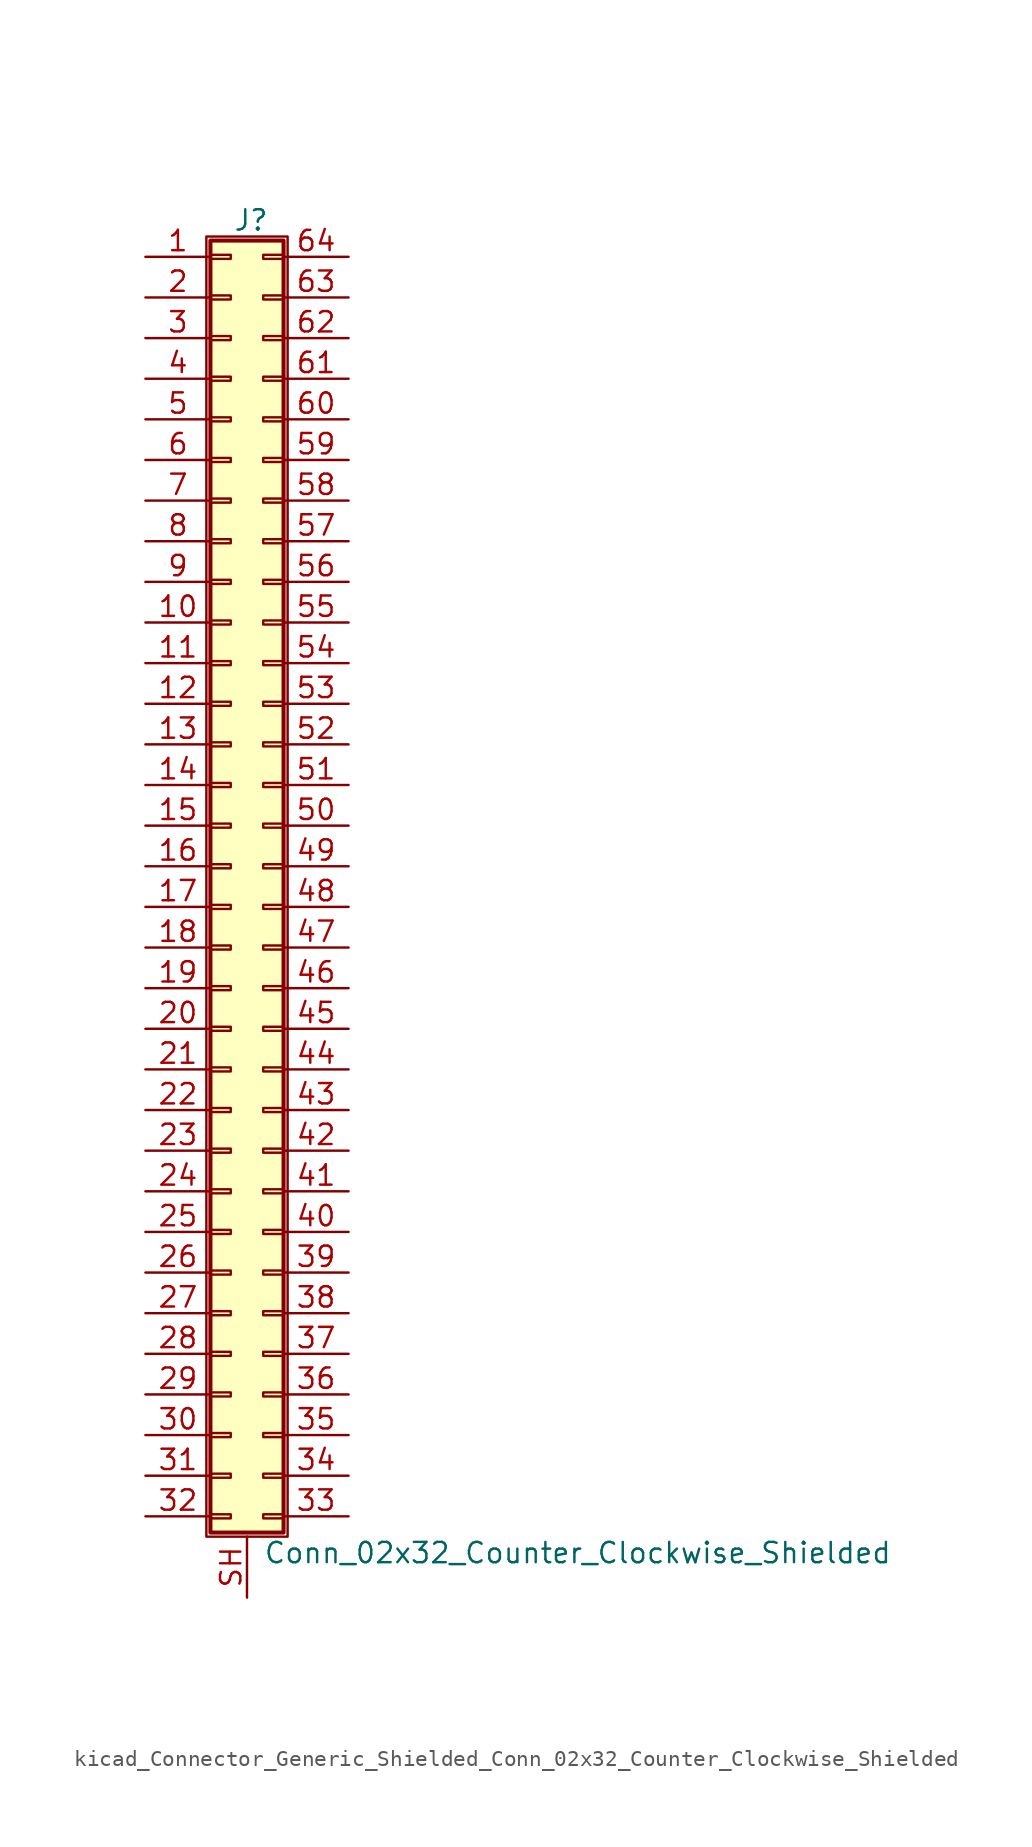
<source format=kicad_sym>
(kicad_symbol_lib
  (version 20220914)
  (generator kicad_symbol_editor)
  (symbol "kicad_Connector_Generic_Shielded_Conn_02x32_Counter_Clockwise_Shielded"
    (pin_names
      (offset 1.016) hide)
    (property "Reference" "J"
      (at 1.524 40.386 0)
      (effects (font (size 1.27 1.27))))
    (property "Value" "Conn_02x32_Counter_Clockwise_Shielded"
      (at 2.286 -42.926 0)
      (effects (font (size 1.27 1.27)) (justify left)))
    (symbol "kicad_Connector_Generic_Shielded_Conn_02x32_Counter_Clockwise_Shielded_1_1"
      (rectangle (start -1.27 39.37) (end 3.81 -41.91) (stroke (width 0.152) (type default)) (fill (type none)))
      (rectangle (start -1.016 -40.513) (end 0.254 -40.767) (stroke (width 0.152) (type default)) (fill (type none)))
      (rectangle (start -1.016 -37.973) (end 0.254 -38.227) (stroke (width 0.152) (type default)) (fill (type none)))
      (rectangle (start -1.016 -35.433) (end 0.254 -35.687) (stroke (width 0.152) (type default)) (fill (type none)))
      (rectangle (start -1.016 -32.893) (end 0.254 -33.147) (stroke (width 0.152) (type default)) (fill (type none)))
      (rectangle (start -1.016 -30.353) (end 0.254 -30.607) (stroke (width 0.152) (type default)) (fill (type none)))
      (rectangle (start -1.016 -27.813) (end 0.254 -28.067) (stroke (width 0.152) (type default)) (fill (type none)))
      (rectangle (start -1.016 -25.273) (end 0.254 -25.527) (stroke (width 0.152) (type default)) (fill (type none)))
      (rectangle (start -1.016 -22.733) (end 0.254 -22.987) (stroke (width 0.152) (type default)) (fill (type none)))
      (rectangle (start -1.016 -20.193) (end 0.254 -20.447) (stroke (width 0.152) (type default)) (fill (type none)))
      (rectangle (start -1.016 -17.653) (end 0.254 -17.907) (stroke (width 0.152) (type default)) (fill (type none)))
      (rectangle (start -1.016 -15.113) (end 0.254 -15.367) (stroke (width 0.152) (type default)) (fill (type none)))
      (rectangle (start -1.016 -12.573) (end 0.254 -12.827) (stroke (width 0.152) (type default)) (fill (type none)))
      (rectangle (start -1.016 -10.033) (end 0.254 -10.287) (stroke (width 0.152) (type default)) (fill (type none)))
      (rectangle (start -1.016 -7.493) (end 0.254 -7.747) (stroke (width 0.152) (type default)) (fill (type none)))
      (rectangle (start -1.016 -4.953) (end 0.254 -5.207) (stroke (width 0.152) (type default)) (fill (type none)))
      (rectangle (start -1.016 -2.413) (end 0.254 -2.667) (stroke (width 0.152) (type default)) (fill (type none)))
      (rectangle (start -1.016 0.127) (end 0.254 -0.127) (stroke (width 0.152) (type default)) (fill (type none)))
      (rectangle (start -1.016 2.667) (end 0.254 2.413) (stroke (width 0.152) (type default)) (fill (type none)))
      (rectangle (start -1.016 5.207) (end 0.254 4.953) (stroke (width 0.152) (type default)) (fill (type none)))
      (rectangle (start -1.016 7.747) (end 0.254 7.493) (stroke (width 0.152) (type default)) (fill (type none)))
      (rectangle (start -1.016 10.287) (end 0.254 10.033) (stroke (width 0.152) (type default)) (fill (type none)))
      (rectangle (start -1.016 12.827) (end 0.254 12.573) (stroke (width 0.152) (type default)) (fill (type none)))
      (rectangle (start -1.016 15.367) (end 0.254 15.113) (stroke (width 0.152) (type default)) (fill (type none)))
      (rectangle (start -1.016 17.907) (end 0.254 17.653) (stroke (width 0.152) (type default)) (fill (type none)))
      (rectangle (start -1.016 20.447) (end 0.254 20.193) (stroke (width 0.152) (type default)) (fill (type none)))
      (rectangle (start -1.016 22.987) (end 0.254 22.733) (stroke (width 0.152) (type default)) (fill (type none)))
      (rectangle (start -1.016 25.527) (end 0.254 25.273) (stroke (width 0.152) (type default)) (fill (type none)))
      (rectangle (start -1.016 28.067) (end 0.254 27.813) (stroke (width 0.152) (type default)) (fill (type none)))
      (rectangle (start -1.016 30.607) (end 0.254 30.353) (stroke (width 0.152) (type default)) (fill (type none)))
      (rectangle (start -1.016 33.147) (end 0.254 32.893) (stroke (width 0.152) (type default)) (fill (type none)))
      (rectangle (start -1.016 35.687) (end 0.254 35.433) (stroke (width 0.152) (type default)) (fill (type none)))
      (rectangle (start -1.016 38.227) (end 0.254 37.973) (stroke (width 0.152) (type default)) (fill (type none)))
      (rectangle (start -1.016 39.116) (end 3.556 -41.656) (stroke (width 0.254) (type default)) (fill (type background)))
      (rectangle (start 3.556 -40.513) (end 2.286 -40.767) (stroke (width 0.152) (type default)) (fill (type none)))
      (rectangle (start 3.556 -37.973) (end 2.286 -38.227) (stroke (width 0.152) (type default)) (fill (type none)))
      (rectangle (start 3.556 -35.433) (end 2.286 -35.687) (stroke (width 0.152) (type default)) (fill (type none)))
      (rectangle (start 3.556 -32.893) (end 2.286 -33.147) (stroke (width 0.152) (type default)) (fill (type none)))
      (rectangle (start 3.556 -30.353) (end 2.286 -30.607) (stroke (width 0.152) (type default)) (fill (type none)))
      (rectangle (start 3.556 -27.813) (end 2.286 -28.067) (stroke (width 0.152) (type default)) (fill (type none)))
      (rectangle (start 3.556 -25.273) (end 2.286 -25.527) (stroke (width 0.152) (type default)) (fill (type none)))
      (rectangle (start 3.556 -22.733) (end 2.286 -22.987) (stroke (width 0.152) (type default)) (fill (type none)))
      (rectangle (start 3.556 -20.193) (end 2.286 -20.447) (stroke (width 0.152) (type default)) (fill (type none)))
      (rectangle (start 3.556 -17.653) (end 2.286 -17.907) (stroke (width 0.152) (type default)) (fill (type none)))
      (rectangle (start 3.556 -15.113) (end 2.286 -15.367) (stroke (width 0.152) (type default)) (fill (type none)))
      (rectangle (start 3.556 -12.573) (end 2.286 -12.827) (stroke (width 0.152) (type default)) (fill (type none)))
      (rectangle (start 3.556 -10.033) (end 2.286 -10.287) (stroke (width 0.152) (type default)) (fill (type none)))
      (rectangle (start 3.556 -7.493) (end 2.286 -7.747) (stroke (width 0.152) (type default)) (fill (type none)))
      (rectangle (start 3.556 -4.953) (end 2.286 -5.207) (stroke (width 0.152) (type default)) (fill (type none)))
      (rectangle (start 3.556 -2.413) (end 2.286 -2.667) (stroke (width 0.152) (type default)) (fill (type none)))
      (rectangle (start 3.556 0.127) (end 2.286 -0.127) (stroke (width 0.152) (type default)) (fill (type none)))
      (rectangle (start 3.556 2.667) (end 2.286 2.413) (stroke (width 0.152) (type default)) (fill (type none)))
      (rectangle (start 3.556 5.207) (end 2.286 4.953) (stroke (width 0.152) (type default)) (fill (type none)))
      (rectangle (start 3.556 7.747) (end 2.286 7.493) (stroke (width 0.152) (type default)) (fill (type none)))
      (rectangle (start 3.556 10.287) (end 2.286 10.033) (stroke (width 0.152) (type default)) (fill (type none)))
      (rectangle (start 3.556 12.827) (end 2.286 12.573) (stroke (width 0.152) (type default)) (fill (type none)))
      (rectangle (start 3.556 15.367) (end 2.286 15.113) (stroke (width 0.152) (type default)) (fill (type none)))
      (rectangle (start 3.556 17.907) (end 2.286 17.653) (stroke (width 0.152) (type default)) (fill (type none)))
      (rectangle (start 3.556 20.447) (end 2.286 20.193) (stroke (width 0.152) (type default)) (fill (type none)))
      (rectangle (start 3.556 22.987) (end 2.286 22.733) (stroke (width 0.152) (type default)) (fill (type none)))
      (rectangle (start 3.556 25.527) (end 2.286 25.273) (stroke (width 0.152) (type default)) (fill (type none)))
      (rectangle (start 3.556 28.067) (end 2.286 27.813) (stroke (width 0.152) (type default)) (fill (type none)))
      (rectangle (start 3.556 30.607) (end 2.286 30.353) (stroke (width 0.152) (type default)) (fill (type none)))
      (rectangle (start 3.556 33.147) (end 2.286 32.893) (stroke (width 0.152) (type default)) (fill (type none)))
      (rectangle (start 3.556 35.687) (end 2.286 35.433) (stroke (width 0.152) (type default)) (fill (type none)))
      (rectangle (start 3.556 38.227) (end 2.286 37.973) (stroke (width 0.152) (type default)) (fill (type none)))
      (pin passive line (at -5.08 38.1 0) (length 4.064) (name "Pin_1" (effects (font (size 1.27 1.27)))) (number "1" (effects (font (size 1.27 1.27)))))
      (pin passive line (at -5.08 15.24 0) (length 4.064) (name "Pin_10" (effects (font (size 1.27 1.27)))) (number "10" (effects (font (size 1.27 1.27)))))
      (pin passive line (at -5.08 12.7 0) (length 4.064) (name "Pin_11" (effects (font (size 1.27 1.27)))) (number "11" (effects (font (size 1.27 1.27)))))
      (pin passive line (at -5.08 10.16 0) (length 4.064) (name "Pin_12" (effects (font (size 1.27 1.27)))) (number "12" (effects (font (size 1.27 1.27)))))
      (pin passive line (at -5.08 7.62 0) (length 4.064) (name "Pin_13" (effects (font (size 1.27 1.27)))) (number "13" (effects (font (size 1.27 1.27)))))
      (pin passive line (at -5.08 5.08 0) (length 4.064) (name "Pin_14" (effects (font (size 1.27 1.27)))) (number "14" (effects (font (size 1.27 1.27)))))
      (pin passive line (at -5.08 2.54 0) (length 4.064) (name "Pin_15" (effects (font (size 1.27 1.27)))) (number "15" (effects (font (size 1.27 1.27)))))
      (pin passive line (at -5.08 0 0) (length 4.064) (name "Pin_16" (effects (font (size 1.27 1.27)))) (number "16" (effects (font (size 1.27 1.27)))))
      (pin passive line (at -5.08 -2.54 0) (length 4.064) (name "Pin_17" (effects (font (size 1.27 1.27)))) (number "17" (effects (font (size 1.27 1.27)))))
      (pin passive line (at -5.08 -5.08 0) (length 4.064) (name "Pin_18" (effects (font (size 1.27 1.27)))) (number "18" (effects (font (size 1.27 1.27)))))
      (pin passive line (at -5.08 -7.62 0) (length 4.064) (name "Pin_19" (effects (font (size 1.27 1.27)))) (number "19" (effects (font (size 1.27 1.27)))))
      (pin passive line (at -5.08 35.56 0) (length 4.064) (name "Pin_2" (effects (font (size 1.27 1.27)))) (number "2" (effects (font (size 1.27 1.27)))))
      (pin passive line (at -5.08 -10.16 0) (length 4.064) (name "Pin_20" (effects (font (size 1.27 1.27)))) (number "20" (effects (font (size 1.27 1.27)))))
      (pin passive line (at -5.08 -12.7 0) (length 4.064) (name "Pin_21" (effects (font (size 1.27 1.27)))) (number "21" (effects (font (size 1.27 1.27)))))
      (pin passive line (at -5.08 -15.24 0) (length 4.064) (name "Pin_22" (effects (font (size 1.27 1.27)))) (number "22" (effects (font (size 1.27 1.27)))))
      (pin passive line (at -5.08 -17.78 0) (length 4.064) (name "Pin_23" (effects (font (size 1.27 1.27)))) (number "23" (effects (font (size 1.27 1.27)))))
      (pin passive line (at -5.08 -20.32 0) (length 4.064) (name "Pin_24" (effects (font (size 1.27 1.27)))) (number "24" (effects (font (size 1.27 1.27)))))
      (pin passive line (at -5.08 -22.86 0) (length 4.064) (name "Pin_25" (effects (font (size 1.27 1.27)))) (number "25" (effects (font (size 1.27 1.27)))))
      (pin passive line (at -5.08 -25.4 0) (length 4.064) (name "Pin_26" (effects (font (size 1.27 1.27)))) (number "26" (effects (font (size 1.27 1.27)))))
      (pin passive line (at -5.08 -27.94 0) (length 4.064) (name "Pin_27" (effects (font (size 1.27 1.27)))) (number "27" (effects (font (size 1.27 1.27)))))
      (pin passive line (at -5.08 -30.48 0) (length 4.064) (name "Pin_28" (effects (font (size 1.27 1.27)))) (number "28" (effects (font (size 1.27 1.27)))))
      (pin passive line (at -5.08 -33.02 0) (length 4.064) (name "Pin_29" (effects (font (size 1.27 1.27)))) (number "29" (effects (font (size 1.27 1.27)))))
      (pin passive line (at -5.08 33.02 0) (length 4.064) (name "Pin_3" (effects (font (size 1.27 1.27)))) (number "3" (effects (font (size 1.27 1.27)))))
      (pin passive line (at -5.08 -35.56 0) (length 4.064) (name "Pin_30" (effects (font (size 1.27 1.27)))) (number "30" (effects (font (size 1.27 1.27)))))
      (pin passive line (at -5.08 -38.1 0) (length 4.064) (name "Pin_31" (effects (font (size 1.27 1.27)))) (number "31" (effects (font (size 1.27 1.27)))))
      (pin passive line (at -5.08 -40.64 0) (length 4.064) (name "Pin_32" (effects (font (size 1.27 1.27)))) (number "32" (effects (font (size 1.27 1.27)))))
      (pin passive line (at 7.62 -40.64 180) (length 4.064) (name "Pin_33" (effects (font (size 1.27 1.27)))) (number "33" (effects (font (size 1.27 1.27)))))
      (pin passive line (at 7.62 -38.1 180) (length 4.064) (name "Pin_34" (effects (font (size 1.27 1.27)))) (number "34" (effects (font (size 1.27 1.27)))))
      (pin passive line (at 7.62 -35.56 180) (length 4.064) (name "Pin_35" (effects (font (size 1.27 1.27)))) (number "35" (effects (font (size 1.27 1.27)))))
      (pin passive line (at 7.62 -33.02 180) (length 4.064) (name "Pin_36" (effects (font (size 1.27 1.27)))) (number "36" (effects (font (size 1.27 1.27)))))
      (pin passive line (at 7.62 -30.48 180) (length 4.064) (name "Pin_37" (effects (font (size 1.27 1.27)))) (number "37" (effects (font (size 1.27 1.27)))))
      (pin passive line (at 7.62 -27.94 180) (length 4.064) (name "Pin_38" (effects (font (size 1.27 1.27)))) (number "38" (effects (font (size 1.27 1.27)))))
      (pin passive line (at 7.62 -25.4 180) (length 4.064) (name "Pin_39" (effects (font (size 1.27 1.27)))) (number "39" (effects (font (size 1.27 1.27)))))
      (pin passive line (at -5.08 30.48 0) (length 4.064) (name "Pin_4" (effects (font (size 1.27 1.27)))) (number "4" (effects (font (size 1.27 1.27)))))
      (pin passive line (at 7.62 -22.86 180) (length 4.064) (name "Pin_40" (effects (font (size 1.27 1.27)))) (number "40" (effects (font (size 1.27 1.27)))))
      (pin passive line (at 7.62 -20.32 180) (length 4.064) (name "Pin_41" (effects (font (size 1.27 1.27)))) (number "41" (effects (font (size 1.27 1.27)))))
      (pin passive line (at 7.62 -17.78 180) (length 4.064) (name "Pin_42" (effects (font (size 1.27 1.27)))) (number "42" (effects (font (size 1.27 1.27)))))
      (pin passive line (at 7.62 -15.24 180) (length 4.064) (name "Pin_43" (effects (font (size 1.27 1.27)))) (number "43" (effects (font (size 1.27 1.27)))))
      (pin passive line (at 7.62 -12.7 180) (length 4.064) (name "Pin_44" (effects (font (size 1.27 1.27)))) (number "44" (effects (font (size 1.27 1.27)))))
      (pin passive line (at 7.62 -10.16 180) (length 4.064) (name "Pin_45" (effects (font (size 1.27 1.27)))) (number "45" (effects (font (size 1.27 1.27)))))
      (pin passive line (at 7.62 -7.62 180) (length 4.064) (name "Pin_46" (effects (font (size 1.27 1.27)))) (number "46" (effects (font (size 1.27 1.27)))))
      (pin passive line (at 7.62 -5.08 180) (length 4.064) (name "Pin_47" (effects (font (size 1.27 1.27)))) (number "47" (effects (font (size 1.27 1.27)))))
      (pin passive line (at 7.62 -2.54 180) (length 4.064) (name "Pin_48" (effects (font (size 1.27 1.27)))) (number "48" (effects (font (size 1.27 1.27)))))
      (pin passive line (at 7.62 0 180) (length 4.064) (name "Pin_49" (effects (font (size 1.27 1.27)))) (number "49" (effects (font (size 1.27 1.27)))))
      (pin passive line (at -5.08 27.94 0) (length 4.064) (name "Pin_5" (effects (font (size 1.27 1.27)))) (number "5" (effects (font (size 1.27 1.27)))))
      (pin passive line (at 7.62 2.54 180) (length 4.064) (name "Pin_50" (effects (font (size 1.27 1.27)))) (number "50" (effects (font (size 1.27 1.27)))))
      (pin passive line (at 7.62 5.08 180) (length 4.064) (name "Pin_51" (effects (font (size 1.27 1.27)))) (number "51" (effects (font (size 1.27 1.27)))))
      (pin passive line (at 7.62 7.62 180) (length 4.064) (name "Pin_52" (effects (font (size 1.27 1.27)))) (number "52" (effects (font (size 1.27 1.27)))))
      (pin passive line (at 7.62 10.16 180) (length 4.064) (name "Pin_53" (effects (font (size 1.27 1.27)))) (number "53" (effects (font (size 1.27 1.27)))))
      (pin passive line (at 7.62 12.7 180) (length 4.064) (name "Pin_54" (effects (font (size 1.27 1.27)))) (number "54" (effects (font (size 1.27 1.27)))))
      (pin passive line (at 7.62 15.24 180) (length 4.064) (name "Pin_55" (effects (font (size 1.27 1.27)))) (number "55" (effects (font (size 1.27 1.27)))))
      (pin passive line (at 7.62 17.78 180) (length 4.064) (name "Pin_56" (effects (font (size 1.27 1.27)))) (number "56" (effects (font (size 1.27 1.27)))))
      (pin passive line (at 7.62 20.32 180) (length 4.064) (name "Pin_57" (effects (font (size 1.27 1.27)))) (number "57" (effects (font (size 1.27 1.27)))))
      (pin passive line (at 7.62 22.86 180) (length 4.064) (name "Pin_58" (effects (font (size 1.27 1.27)))) (number "58" (effects (font (size 1.27 1.27)))))
      (pin passive line (at 7.62 25.4 180) (length 4.064) (name "Pin_59" (effects (font (size 1.27 1.27)))) (number "59" (effects (font (size 1.27 1.27)))))
      (pin passive line (at -5.08 25.4 0) (length 4.064) (name "Pin_6" (effects (font (size 1.27 1.27)))) (number "6" (effects (font (size 1.27 1.27)))))
      (pin passive line (at 7.62 27.94 180) (length 4.064) (name "Pin_60" (effects (font (size 1.27 1.27)))) (number "60" (effects (font (size 1.27 1.27)))))
      (pin passive line (at 7.62 30.48 180) (length 4.064) (name "Pin_61" (effects (font (size 1.27 1.27)))) (number "61" (effects (font (size 1.27 1.27)))))
      (pin passive line (at 7.62 33.02 180) (length 4.064) (name "Pin_62" (effects (font (size 1.27 1.27)))) (number "62" (effects (font (size 1.27 1.27)))))
      (pin passive line (at 7.62 35.56 180) (length 4.064) (name "Pin_63" (effects (font (size 1.27 1.27)))) (number "63" (effects (font (size 1.27 1.27)))))
      (pin passive line (at 7.62 38.1 180) (length 4.064) (name "Pin_64" (effects (font (size 1.27 1.27)))) (number "64" (effects (font (size 1.27 1.27)))))
      (pin passive line (at -5.08 22.86 0) (length 4.064) (name "Pin_7" (effects (font (size 1.27 1.27)))) (number "7" (effects (font (size 1.27 1.27)))))
      (pin passive line (at -5.08 20.32 0) (length 4.064) (name "Pin_8" (effects (font (size 1.27 1.27)))) (number "8" (effects (font (size 1.27 1.27)))))
      (pin passive line (at -5.08 17.78 0) (length 4.064) (name "Pin_9" (effects (font (size 1.27 1.27)))) (number "9" (effects (font (size 1.27 1.27)))))
      (pin passive line (at 1.27 -45.72 90) (length 3.81) (name "Shield" (effects (font (size 1.27 1.27)))) (number "SH" (effects (font (size 1.27 1.27))))))))
</source>
